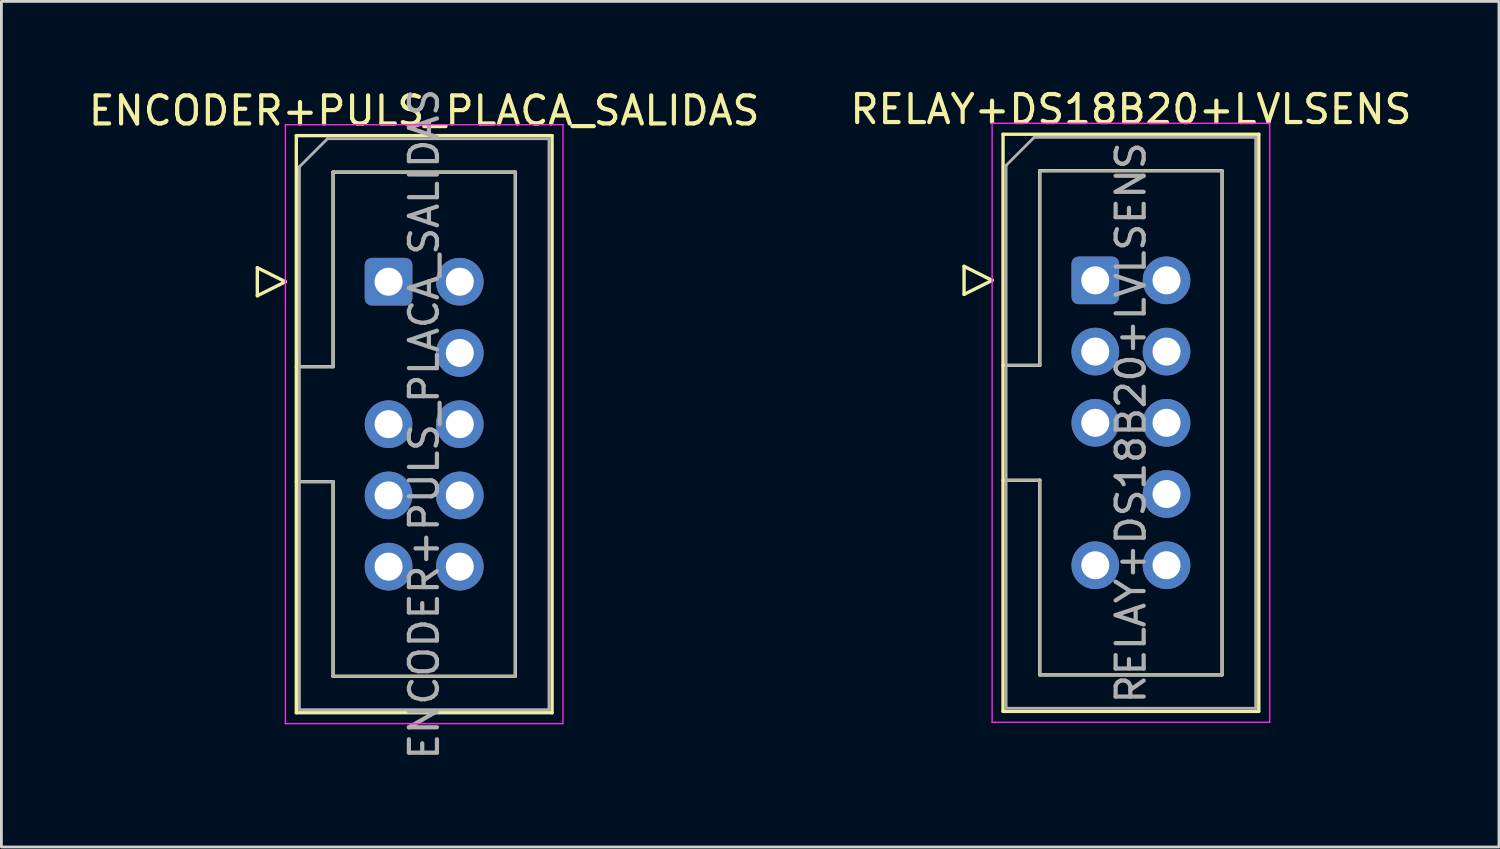
<source format=kicad_pcb>
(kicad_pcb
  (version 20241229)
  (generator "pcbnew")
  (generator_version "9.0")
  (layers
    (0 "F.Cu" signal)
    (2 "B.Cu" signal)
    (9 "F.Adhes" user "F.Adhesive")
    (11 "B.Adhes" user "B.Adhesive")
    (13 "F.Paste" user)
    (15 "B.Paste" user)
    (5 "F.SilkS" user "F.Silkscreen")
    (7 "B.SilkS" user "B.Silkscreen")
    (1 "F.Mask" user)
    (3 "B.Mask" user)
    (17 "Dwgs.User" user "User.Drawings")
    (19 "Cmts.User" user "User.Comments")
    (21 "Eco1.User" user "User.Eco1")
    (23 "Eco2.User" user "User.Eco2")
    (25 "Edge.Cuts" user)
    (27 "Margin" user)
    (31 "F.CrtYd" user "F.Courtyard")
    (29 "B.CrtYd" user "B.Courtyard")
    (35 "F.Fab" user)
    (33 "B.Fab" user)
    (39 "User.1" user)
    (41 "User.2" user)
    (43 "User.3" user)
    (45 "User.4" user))
  (footprint "RELAY+DS18B20+LVLSENS"
    (layer "F.Cu")
    (at 36.01 6.948)
    (property "Reference" "RELAY+DS18B20+LVLSENS" (at 1.27 -6.1 0) (layer "F.SilkS") (effects (font (size 1 1) (thickness 0.15))))
    (attr through_hole)
    (fp_line (start -4.68 -0.5) (end -4.68 0.5) (stroke (width 0.12) (type solid)) (layer "F.SilkS"))
    (fp_line (start -4.68 0.5) (end -3.68 0) (stroke (width 0.12) (type solid)) (layer "F.SilkS"))
    (fp_line (start -3.68 0) (end -4.68 -0.5) (stroke (width 0.12) (type solid)) (layer "F.SilkS"))
    (fp_line (start -3.29 -5.21) (end 5.83 -5.21) (stroke (width 0.12) (type solid)) (layer "F.SilkS"))
    (fp_line (start -3.29 3.03) (end -1.98 3.03) (stroke (width 0.12) (type solid)) (layer "F.SilkS"))
    (fp_line (start -3.29 15.37) (end -3.29 -5.21) (stroke (width 0.12) (type solid)) (layer "F.SilkS"))
    (fp_line (start -1.98 -3.91) (end 4.52 -3.91) (stroke (width 0.12) (type solid)) (layer "F.SilkS"))
    (fp_line (start -1.98 3.03) (end -1.98 -3.91) (stroke (width 0.12) (type solid)) (layer "F.SilkS"))
    (fp_line (start -1.98 7.13) (end -3.29 7.13) (stroke (width 0.12) (type solid)) (layer "F.SilkS"))
    (fp_line (start -1.98 7.13) (end -1.98 7.13) (stroke (width 0.12) (type solid)) (layer "F.SilkS"))
    (fp_line (start -1.98 14.07) (end -1.98 7.13) (stroke (width 0.12) (type solid)) (layer "F.SilkS"))
    (fp_line (start 4.52 -3.91) (end 4.52 14.07) (stroke (width 0.12) (type solid)) (layer "F.SilkS"))
    (fp_line (start 4.52 14.07) (end -1.98 14.07) (stroke (width 0.12) (type solid)) (layer "F.SilkS"))
    (fp_line (start 5.83 -5.21) (end 5.83 15.37) (stroke (width 0.12) (type solid)) (layer "F.SilkS"))
    (fp_line (start 5.83 15.37) (end -3.29 15.37) (stroke (width 0.12) (type solid)) (layer "F.SilkS"))
    (fp_line (start -3.68 -5.6) (end -3.68 15.76) (stroke (width 0.05) (type solid)) (layer "F.CrtYd"))
    (fp_line (start -3.68 15.76) (end 6.22 15.76) (stroke (width 0.05) (type solid)) (layer "F.CrtYd"))
    (fp_line (start 6.22 -5.6) (end -3.68 -5.6) (stroke (width 0.05) (type solid)) (layer "F.CrtYd"))
    (fp_line (start 6.22 15.76) (end 6.22 -5.6) (stroke (width 0.05) (type solid)) (layer "F.CrtYd"))
    (fp_line (start -3.18 -4.1) (end -2.18 -5.1) (stroke (width 0.1) (type solid)) (layer "F.Fab"))
    (fp_line (start -3.18 3.03) (end -1.98 3.03) (stroke (width 0.1) (type solid)) (layer "F.Fab"))
    (fp_line (start -3.18 15.26) (end -3.18 -4.1) (stroke (width 0.1) (type solid)) (layer "F.Fab"))
    (fp_line (start -2.18 -5.1) (end 5.72 -5.1) (stroke (width 0.1) (type solid)) (layer "F.Fab"))
    (fp_line (start -1.98 -3.91) (end 4.52 -3.91) (stroke (width 0.1) (type solid)) (layer "F.Fab"))
    (fp_line (start -1.98 3.03) (end -1.98 -3.91) (stroke (width 0.1) (type solid)) (layer "F.Fab"))
    (fp_line (start -1.98 7.13) (end -3.18 7.13) (stroke (width 0.1) (type solid)) (layer "F.Fab"))
    (fp_line (start -1.98 7.13) (end -1.98 7.13) (stroke (width 0.1) (type solid)) (layer "F.Fab"))
    (fp_line (start -1.98 14.07) (end -1.98 7.13) (stroke (width 0.1) (type solid)) (layer "F.Fab"))
    (fp_line (start 4.52 -3.91) (end 4.52 14.07) (stroke (width 0.1) (type solid)) (layer "F.Fab"))
    (fp_line (start 4.52 14.07) (end -1.98 14.07) (stroke (width 0.1) (type solid)) (layer "F.Fab"))
    (fp_line (start 5.72 -5.1) (end 5.72 15.26) (stroke (width 0.1) (type solid)) (layer "F.Fab"))
    (fp_line (start 5.72 15.26) (end -3.18 15.26) (stroke (width 0.1) (type solid)) (layer "F.Fab"))
    (fp_text user "${REFERENCE}" (at 1.27 5.08 90) (layer "F.Fab") (effects (font (size 1 1) (thickness 0.15))))
    (pad "1" thru_hole roundrect (at 0 0) (size 1.7 1.7) (drill 1) (layers "*.Cu" "*.Mask") (roundrect_rratio 0.147))
    (pad "2" thru_hole circle (at 2.54 0) (size 1.7 1.7) (drill 1) (layers "*.Cu" "*.Mask"))
    (pad "3" thru_hole circle (at 0 2.54) (size 1.7 1.7) (drill 1) (layers "*.Cu" "*.Mask"))
    (pad "4" thru_hole circle (at 2.54 2.54) (size 1.7 1.7) (drill 1) (layers "*.Cu" "*.Mask"))
    (pad "5" thru_hole circle (at 0 5.08) (size 1.7 1.7) (drill 1) (layers "*.Cu" "*.Mask"))
    (pad "6" thru_hole circle (at 2.54 5.08) (size 1.7 1.7) (drill 1) (layers "*.Cu" "*.Mask"))
    (pad "8" thru_hole circle (at 2.54 7.62) (size 1.7 1.7) (drill 1) (layers "*.Cu" "*.Mask"))
    (pad "9" thru_hole circle (at 0 10.16) (size 1.7 1.7) (drill 1) (layers "*.Cu" "*.Mask"))
    (pad "10" thru_hole circle (at 2.54 10.16) (size 1.7 1.7) (drill 1) (layers "*.Cu" "*.Mask")))
  (footprint "ENCODER+PULS_PLACA_SALIDAS"
    (layer "F.Cu")
    (at 10.807 6.997)
    (property "Reference" "ENCODER+PULS_PLACA_SALIDAS" (at 1.27 -6.1 0) (layer "F.SilkS") (effects (font (size 1 1) (thickness 0.15))))
    (attr through_hole)
    (fp_line (start -4.68 -0.5) (end -4.68 0.5) (stroke (width 0.12) (type solid)) (layer "F.SilkS"))
    (fp_line (start -4.68 0.5) (end -3.68 0) (stroke (width 0.12) (type solid)) (layer "F.SilkS"))
    (fp_line (start -3.68 0) (end -4.68 -0.5) (stroke (width 0.12) (type solid)) (layer "F.SilkS"))
    (fp_line (start -3.29 -5.21) (end 5.83 -5.21) (stroke (width 0.12) (type solid)) (layer "F.SilkS"))
    (fp_line (start -3.29 3.03) (end -1.98 3.03) (stroke (width 0.12) (type solid)) (layer "F.SilkS"))
    (fp_line (start -3.29 15.37) (end -3.29 -5.21) (stroke (width 0.12) (type solid)) (layer "F.SilkS"))
    (fp_line (start -1.98 -3.91) (end 4.52 -3.91) (stroke (width 0.12) (type solid)) (layer "F.SilkS"))
    (fp_line (start -1.98 3.03) (end -1.98 -3.91) (stroke (width 0.12) (type solid)) (layer "F.SilkS"))
    (fp_line (start -1.98 7.13) (end -3.29 7.13) (stroke (width 0.12) (type solid)) (layer "F.SilkS"))
    (fp_line (start -1.98 7.13) (end -1.98 7.13) (stroke (width 0.12) (type solid)) (layer "F.SilkS"))
    (fp_line (start -1.98 14.07) (end -1.98 7.13) (stroke (width 0.12) (type solid)) (layer "F.SilkS"))
    (fp_line (start 4.52 -3.91) (end 4.52 14.07) (stroke (width 0.12) (type solid)) (layer "F.SilkS"))
    (fp_line (start 4.52 14.07) (end -1.98 14.07) (stroke (width 0.12) (type solid)) (layer "F.SilkS"))
    (fp_line (start 5.83 -5.21) (end 5.83 15.37) (stroke (width 0.12) (type solid)) (layer "F.SilkS"))
    (fp_line (start 5.83 15.37) (end -3.29 15.37) (stroke (width 0.12) (type solid)) (layer "F.SilkS"))
    (fp_line (start -3.68 -5.6) (end -3.68 15.76) (stroke (width 0.05) (type solid)) (layer "F.CrtYd"))
    (fp_line (start -3.68 15.76) (end 6.22 15.76) (stroke (width 0.05) (type solid)) (layer "F.CrtYd"))
    (fp_line (start 6.22 -5.6) (end -3.68 -5.6) (stroke (width 0.05) (type solid)) (layer "F.CrtYd"))
    (fp_line (start 6.22 15.76) (end 6.22 -5.6) (stroke (width 0.05) (type solid)) (layer "F.CrtYd"))
    (fp_line (start -3.18 -4.1) (end -2.18 -5.1) (stroke (width 0.1) (type solid)) (layer "F.Fab"))
    (fp_line (start -3.18 3.03) (end -1.98 3.03) (stroke (width 0.1) (type solid)) (layer "F.Fab"))
    (fp_line (start -3.18 15.26) (end -3.18 -4.1) (stroke (width 0.1) (type solid)) (layer "F.Fab"))
    (fp_line (start -2.18 -5.1) (end 5.72 -5.1) (stroke (width 0.1) (type solid)) (layer "F.Fab"))
    (fp_line (start -1.98 -3.91) (end 4.52 -3.91) (stroke (width 0.1) (type solid)) (layer "F.Fab"))
    (fp_line (start -1.98 3.03) (end -1.98 -3.91) (stroke (width 0.1) (type solid)) (layer "F.Fab"))
    (fp_line (start -1.98 7.13) (end -3.18 7.13) (stroke (width 0.1) (type solid)) (layer "F.Fab"))
    (fp_line (start -1.98 7.13) (end -1.98 7.13) (stroke (width 0.1) (type solid)) (layer "F.Fab"))
    (fp_line (start -1.98 14.07) (end -1.98 7.13) (stroke (width 0.1) (type solid)) (layer "F.Fab"))
    (fp_line (start 4.52 -3.91) (end 4.52 14.07) (stroke (width 0.1) (type solid)) (layer "F.Fab"))
    (fp_line (start 4.52 14.07) (end -1.98 14.07) (stroke (width 0.1) (type solid)) (layer "F.Fab"))
    (fp_line (start 5.72 -5.1) (end 5.72 15.26) (stroke (width 0.1) (type solid)) (layer "F.Fab"))
    (fp_line (start 5.72 15.26) (end -3.18 15.26) (stroke (width 0.1) (type solid)) (layer "F.Fab"))
    (fp_text user "${REFERENCE}" (at 1.27 5.08 90) (layer "F.Fab") (effects (font (size 1 1) (thickness 0.15))))
    (pad "1" thru_hole roundrect (at 0 0) (size 1.7 1.7) (drill 1) (layers "*.Cu" "*.Mask") (roundrect_rratio 0.147))
    (pad "2" thru_hole circle (at 2.54 0) (size 1.7 1.7) (drill 1) (layers "*.Cu" "*.Mask"))
    (pad "4" thru_hole circle (at 2.54 2.54) (size 1.7 1.7) (drill 1) (layers "*.Cu" "*.Mask"))
    (pad "5" thru_hole circle (at 0 5.08) (size 1.7 1.7) (drill 1) (layers "*.Cu" "*.Mask"))
    (pad "6" thru_hole circle (at 2.54 5.08) (size 1.7 1.7) (drill 1) (layers "*.Cu" "*.Mask"))
    (pad "7" thru_hole circle (at 0 7.62) (size 1.7 1.7) (drill 1) (layers "*.Cu" "*.Mask"))
    (pad "8" thru_hole circle (at 2.54 7.62) (size 1.7 1.7) (drill 1) (layers "*.Cu" "*.Mask"))
    (pad "9" thru_hole circle (at 0 10.16) (size 1.7 1.7) (drill 1) (layers "*.Cu" "*.Mask"))
    (pad "10" thru_hole circle (at 2.54 10.16) (size 1.7 1.7) (drill 1) (layers "*.Cu" "*.Mask")))
  (gr_rect
    (start -3 -3)
    (end 50.405 27.155)
    (stroke (width 0.1) (type default))
    (fill no)
    (layer "Edge.Cuts")))
</source>
